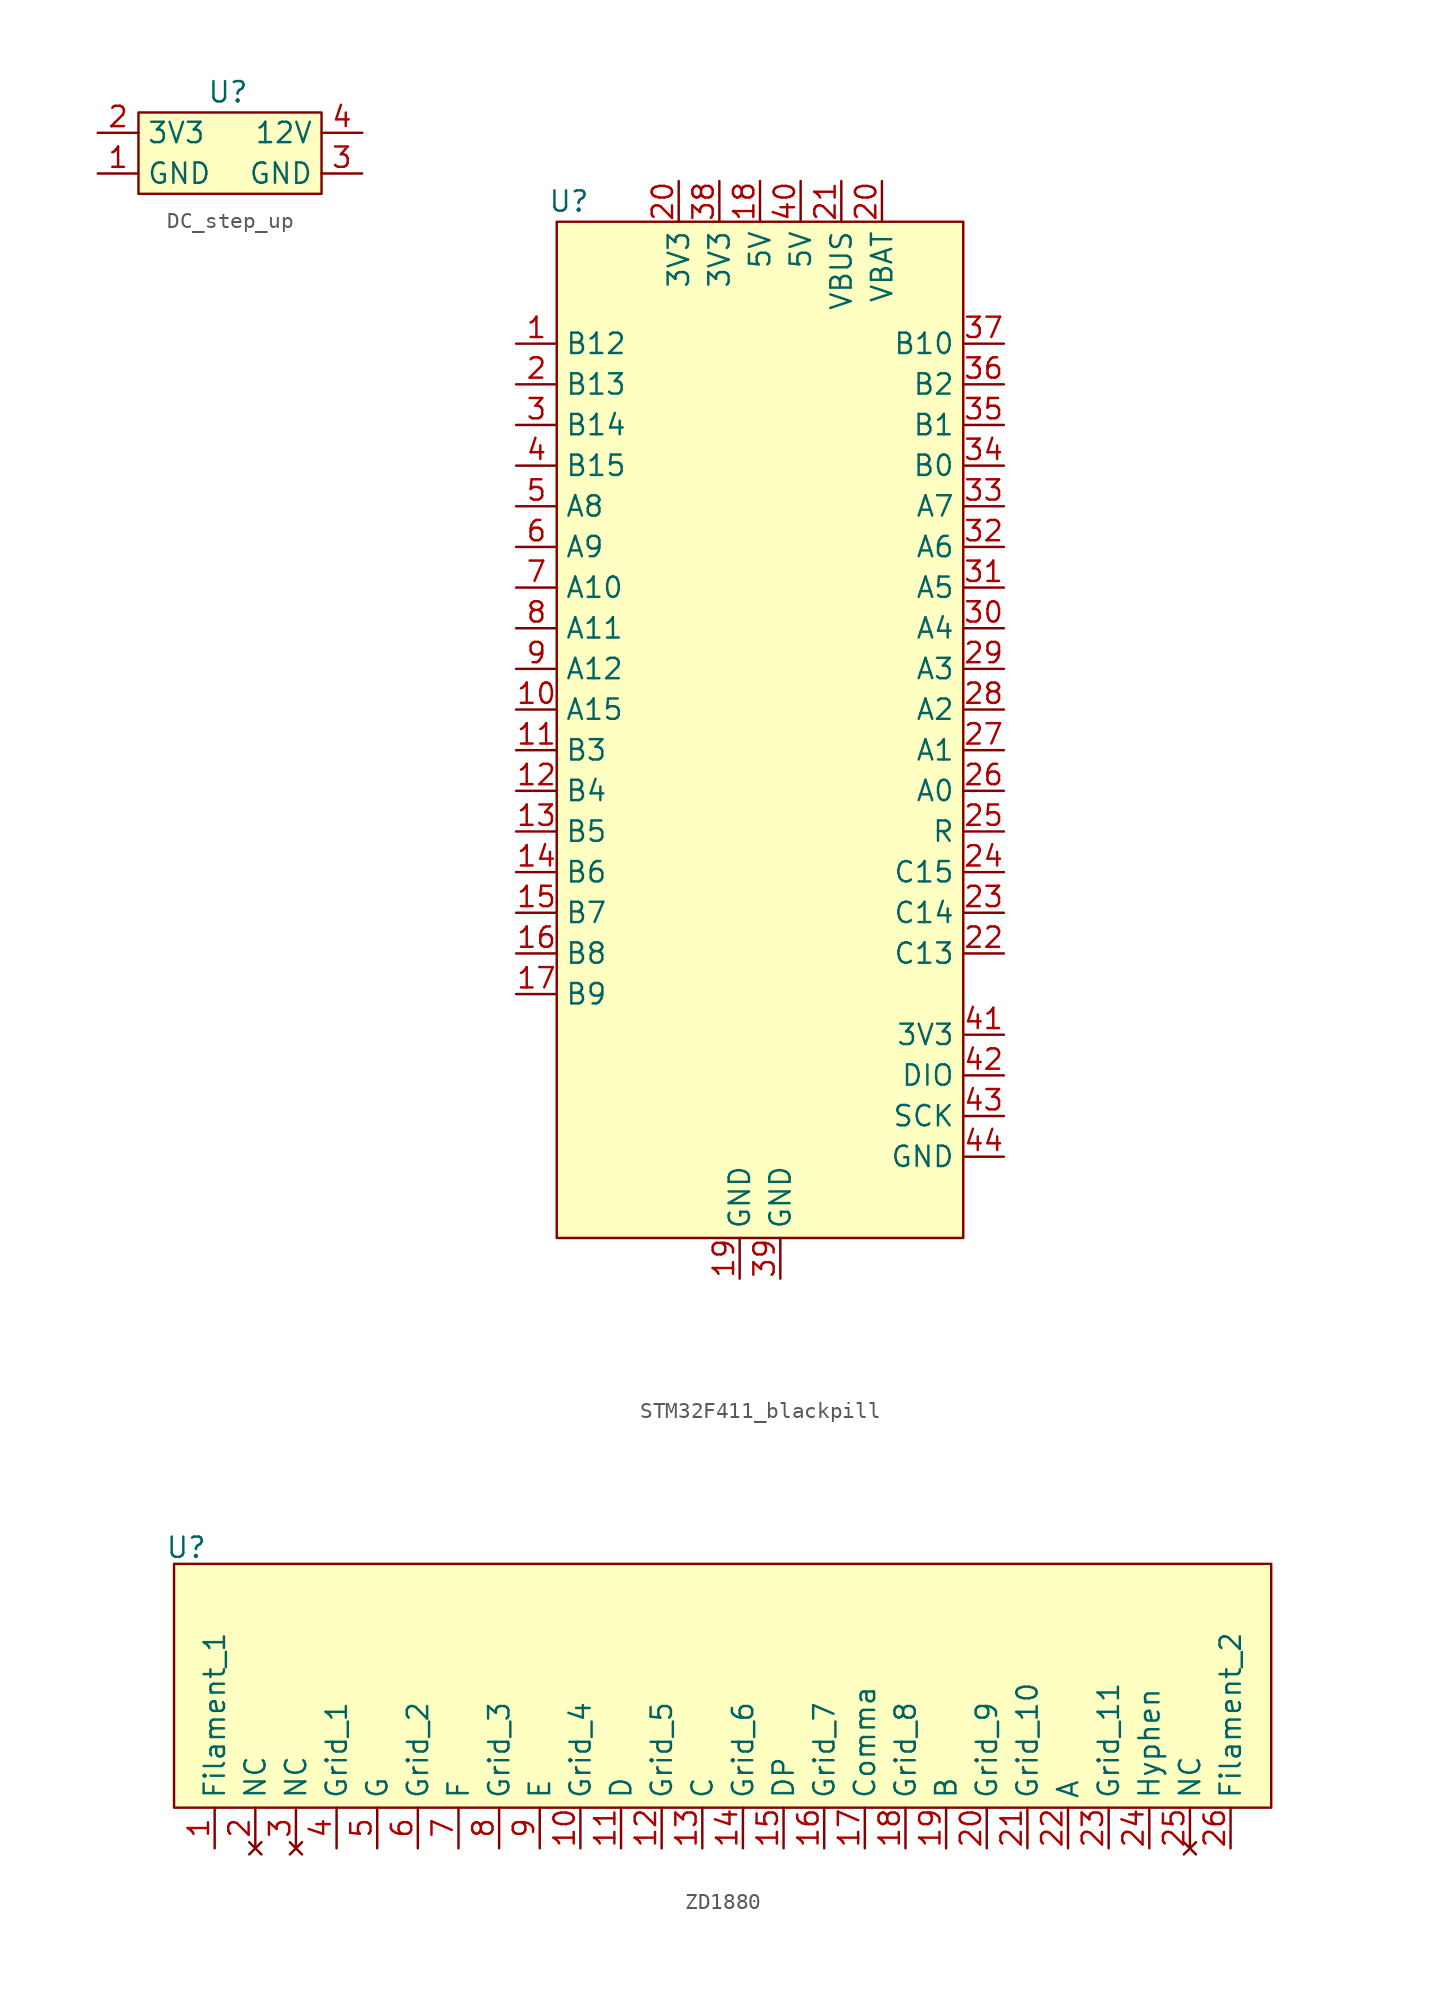
<source format=kicad_sym>
(kicad_symbol_lib
  (version 20231120)
  (generator "kicad_symbol_editor")
  (generator_version "8.0")
  (symbol "DC_step_up"
    (property "Reference" "U"
      (at 5.588 1.27 0)
      (effects (font (size 1.27 1.27))))
    (property "Value" ""
      (at 0 1.27 0)
      (effects (font (size 1.27 1.27))))
    (symbol "DC_step_up_1_1"
      (rectangle (start 0 0) (end 11.43 -5.08) (stroke (width 0) (type default)) (fill (type background)))
      (pin passive line (at -2.54 -3.81 0) (length 2.54) (name "GND" (effects (font (size 1.27 1.27)))) (number "1" (effects (font (size 1.27 1.27)))))
      (pin power_in line (at -2.54 -1.27 0) (length 2.54) (name "3V3" (effects (font (size 1.27 1.27)))) (number "2" (effects (font (size 1.27 1.27)))))
      (pin passive line (at 13.97 -3.81 180) (length 2.54) (name "GND" (effects (font (size 1.27 1.27)))) (number "3" (effects (font (size 1.27 1.27)))))
      (pin power_out line (at 13.97 -1.27 180) (length 2.54) (name "12V" (effects (font (size 1.27 1.27)))) (number "4" (effects (font (size 1.27 1.27)))))))
  (symbol "STM32F411_blackpill"
    (property "Reference" "U"
      (at -6.858 29.21 0)
      (effects (font (size 1.27 1.27))))
    (property "Value" ""
      (at 0 0 0)
      (effects (font (size 1.27 1.27))))
    (symbol "STM32F411_blackpill_1_1"
      (rectangle (start -7.62 27.94) (end 17.78 -35.56) (stroke (width 0) (type default)) (fill (type background)))
      (pin bidirectional line (at -10.16 20.32 0) (length 2.54) (name "B12" (effects (font (size 1.27 1.27)))) (number "1" (effects (font (size 1.27 1.27)))))
      (pin bidirectional line (at -10.16 -2.54 0) (length 2.54) (name "A15" (effects (font (size 1.27 1.27)))) (number "10" (effects (font (size 1.27 1.27)))))
      (pin bidirectional line (at -10.16 -5.08 0) (length 2.54) (name "B3" (effects (font (size 1.27 1.27)))) (number "11" (effects (font (size 1.27 1.27)))))
      (pin bidirectional line (at -10.16 -7.62 0) (length 2.54) (name "B4" (effects (font (size 1.27 1.27)))) (number "12" (effects (font (size 1.27 1.27)))))
      (pin bidirectional line (at -10.16 -10.16 0) (length 2.54) (name "B5" (effects (font (size 1.27 1.27)))) (number "13" (effects (font (size 1.27 1.27)))))
      (pin bidirectional line (at -10.16 -12.7 0) (length 2.54) (name "B6" (effects (font (size 1.27 1.27)))) (number "14" (effects (font (size 1.27 1.27)))))
      (pin bidirectional line (at -10.16 -15.24 0) (length 2.54) (name "B7" (effects (font (size 1.27 1.27)))) (number "15" (effects (font (size 1.27 1.27)))))
      (pin bidirectional line (at -10.16 -17.78 0) (length 2.54) (name "B8" (effects (font (size 1.27 1.27)))) (number "16" (effects (font (size 1.27 1.27)))))
      (pin bidirectional line (at -10.16 -20.32 0) (length 2.54) (name "B9" (effects (font (size 1.27 1.27)))) (number "17" (effects (font (size 1.27 1.27)))))
      (pin power_in line (at 5.08 30.48 270) (length 2.54) (name "5V" (effects (font (size 1.27 1.27)))) (number "18" (effects (font (size 1.27 1.27)))))
      (pin power_in line (at 3.81 -38.1 90) (length 2.54) (name "GND" (effects (font (size 1.27 1.27)))) (number "19" (effects (font (size 1.27 1.27)))))
      (pin bidirectional line (at -10.16 17.78 0) (length 2.54) (name "B13" (effects (font (size 1.27 1.27)))) (number "2" (effects (font (size 1.27 1.27)))))
      (pin power_in line (at 0 30.48 270) (length 2.54) (name "3V3" (effects (font (size 1.27 1.27)))) (number "20" (effects (font (size 1.27 1.27)))))
      (pin power_in line (at 12.7 30.48 270) (length 2.54) (name "VBAT" (effects (font (size 1.27 1.27)))) (number "20" (effects (font (size 1.27 1.27)))))
      (pin power_in line (at 10.16 30.48 270) (length 2.54) (name "VBUS" (effects (font (size 1.27 1.27)))) (number "21" (effects (font (size 1.27 1.27)))))
      (pin bidirectional line (at 20.32 -17.78 180) (length 2.54) (name "C13" (effects (font (size 1.27 1.27)))) (number "22" (effects (font (size 1.27 1.27)))))
      (pin bidirectional line (at 20.32 -15.24 180) (length 2.54) (name "C14" (effects (font (size 1.27 1.27)))) (number "23" (effects (font (size 1.27 1.27)))))
      (pin bidirectional line (at 20.32 -12.7 180) (length 2.54) (name "C15" (effects (font (size 1.27 1.27)))) (number "24" (effects (font (size 1.27 1.27)))))
      (pin bidirectional line (at 20.32 -10.16 180) (length 2.54) (name "R" (effects (font (size 1.27 1.27)))) (number "25" (effects (font (size 1.27 1.27)))))
      (pin bidirectional line (at 20.32 -7.62 180) (length 2.54) (name "A0" (effects (font (size 1.27 1.27)))) (number "26" (effects (font (size 1.27 1.27)))))
      (pin bidirectional line (at 20.32 -5.08 180) (length 2.54) (name "A1" (effects (font (size 1.27 1.27)))) (number "27" (effects (font (size 1.27 1.27)))))
      (pin bidirectional line (at 20.32 -2.54 180) (length 2.54) (name "A2" (effects (font (size 1.27 1.27)))) (number "28" (effects (font (size 1.27 1.27)))))
      (pin bidirectional line (at 20.32 0 180) (length 2.54) (name "A3" (effects (font (size 1.27 1.27)))) (number "29" (effects (font (size 1.27 1.27)))))
      (pin bidirectional line (at -10.16 15.24 0) (length 2.54) (name "B14" (effects (font (size 1.27 1.27)))) (number "3" (effects (font (size 1.27 1.27)))))
      (pin bidirectional line (at 20.32 2.54 180) (length 2.54) (name "A4" (effects (font (size 1.27 1.27)))) (number "30" (effects (font (size 1.27 1.27)))))
      (pin bidirectional line (at 20.32 5.08 180) (length 2.54) (name "A5" (effects (font (size 1.27 1.27)))) (number "31" (effects (font (size 1.27 1.27)))))
      (pin bidirectional line (at 20.32 7.62 180) (length 2.54) (name "A6" (effects (font (size 1.27 1.27)))) (number "32" (effects (font (size 1.27 1.27)))))
      (pin bidirectional line (at 20.32 10.16 180) (length 2.54) (name "A7" (effects (font (size 1.27 1.27)))) (number "33" (effects (font (size 1.27 1.27)))))
      (pin bidirectional line (at 20.32 12.7 180) (length 2.54) (name "B0" (effects (font (size 1.27 1.27)))) (number "34" (effects (font (size 1.27 1.27)))))
      (pin bidirectional line (at 20.32 15.24 180) (length 2.54) (name "B1" (effects (font (size 1.27 1.27)))) (number "35" (effects (font (size 1.27 1.27)))))
      (pin bidirectional line (at 20.32 17.78 180) (length 2.54) (name "B2" (effects (font (size 1.27 1.27)))) (number "36" (effects (font (size 1.27 1.27)))))
      (pin bidirectional line (at 20.32 20.32 180) (length 2.54) (name "B10" (effects (font (size 1.27 1.27)))) (number "37" (effects (font (size 1.27 1.27)))))
      (pin power_in line (at 2.54 30.48 270) (length 2.54) (name "3V3" (effects (font (size 1.27 1.27)))) (number "38" (effects (font (size 1.27 1.27)))))
      (pin power_in line (at 6.35 -38.1 90) (length 2.54) (name "GND" (effects (font (size 1.27 1.27)))) (number "39" (effects (font (size 1.27 1.27)))))
      (pin bidirectional line (at -10.16 12.7 0) (length 2.54) (name "B15" (effects (font (size 1.27 1.27)))) (number "4" (effects (font (size 1.27 1.27)))))
      (pin power_in line (at 7.62 30.48 270) (length 2.54) (name "5V" (effects (font (size 1.27 1.27)))) (number "40" (effects (font (size 1.27 1.27)))))
      (pin power_in line (at 20.32 -22.86 180) (length 2.54) (name "3V3" (effects (font (size 1.27 1.27)))) (number "41" (effects (font (size 1.27 1.27)))))
      (pin input line (at 20.32 -25.4 180) (length 2.54) (name "DIO" (effects (font (size 1.27 1.27)))) (number "42" (effects (font (size 1.27 1.27)))))
      (pin input line (at 20.32 -27.94 180) (length 2.54) (name "SCK" (effects (font (size 1.27 1.27)))) (number "43" (effects (font (size 1.27 1.27)))))
      (pin power_in line (at 20.32 -30.48 180) (length 2.54) (name "GND" (effects (font (size 1.27 1.27)))) (number "44" (effects (font (size 1.27 1.27)))))
      (pin bidirectional line (at -10.16 10.16 0) (length 2.54) (name "A8" (effects (font (size 1.27 1.27)))) (number "5" (effects (font (size 1.27 1.27)))))
      (pin bidirectional line (at -10.16 7.62 0) (length 2.54) (name "A9" (effects (font (size 1.27 1.27)))) (number "6" (effects (font (size 1.27 1.27)))))
      (pin bidirectional line (at -10.16 5.08 0) (length 2.54) (name "A10" (effects (font (size 1.27 1.27)))) (number "7" (effects (font (size 1.27 1.27)))))
      (pin bidirectional line (at -10.16 2.54 0) (length 2.54) (name "A11" (effects (font (size 1.27 1.27)))) (number "8" (effects (font (size 1.27 1.27)))))
      (pin bidirectional line (at -10.16 0 0) (length 2.54) (name "A12" (effects (font (size 1.27 1.27)))) (number "9" (effects (font (size 1.27 1.27)))))))
  (symbol "ZD1880"
    (property "Reference" "U"
      (at -34.798 8.636 0)
      (effects (font (size 1.27 1.27))))
    (property "Value" ""
      (at -30.48 0 0)
      (effects (font (size 1.27 1.27))))
    (symbol "ZD1880_1_1"
      (rectangle (start -35.56 7.62) (end 33.02 -7.62) (stroke (width 0) (type default)) (fill (type background)))
      (pin bidirectional line (at -33.02 -10.16 90) (length 2.54) (name "Filament_1" (effects (font (size 1.27 1.27)))) (number "1" (effects (font (size 1.27 1.27)))))
      (pin passive line (at -10.16 -10.16 90) (length 2.54) (name "Grid_4" (effects (font (size 1.27 1.27)))) (number "10" (effects (font (size 1.27 1.27)))))
      (pin passive line (at -7.62 -10.16 90) (length 2.54) (name "D" (effects (font (size 1.27 1.27)))) (number "11" (effects (font (size 1.27 1.27)))))
      (pin passive line (at -5.08 -10.16 90) (length 2.54) (name "Grid_5" (effects (font (size 1.27 1.27)))) (number "12" (effects (font (size 1.27 1.27)))))
      (pin passive line (at -2.54 -10.16 90) (length 2.54) (name "C" (effects (font (size 1.27 1.27)))) (number "13" (effects (font (size 1.27 1.27)))))
      (pin passive line (at 0 -10.16 90) (length 2.54) (name "Grid_6" (effects (font (size 1.27 1.27)))) (number "14" (effects (font (size 1.27 1.27)))))
      (pin passive line (at 2.54 -10.16 90) (length 2.54) (name "DP" (effects (font (size 1.27 1.27)))) (number "15" (effects (font (size 1.27 1.27)))))
      (pin passive line (at 5.08 -10.16 90) (length 2.54) (name "Grid_7" (effects (font (size 1.27 1.27)))) (number "16" (effects (font (size 1.27 1.27)))))
      (pin passive line (at 7.62 -10.16 90) (length 2.54) (name "Comma" (effects (font (size 1.27 1.27)))) (number "17" (effects (font (size 1.27 1.27)))))
      (pin passive line (at 10.16 -10.16 90) (length 2.54) (name "Grid_8" (effects (font (size 1.27 1.27)))) (number "18" (effects (font (size 1.27 1.27)))))
      (pin passive line (at 12.7 -10.16 90) (length 2.54) (name "B" (effects (font (size 1.27 1.27)))) (number "19" (effects (font (size 1.27 1.27)))))
      (pin no_connect line (at -30.48 -10.16 90) (length 2.54) (name "NC" (effects (font (size 1.27 1.27)))) (number "2" (effects (font (size 1.27 1.27)))))
      (pin passive line (at 15.24 -10.16 90) (length 2.54) (name "Grid_9" (effects (font (size 1.27 1.27)))) (number "20" (effects (font (size 1.27 1.27)))))
      (pin passive line (at 17.78 -10.16 90) (length 2.54) (name "Grid_10" (effects (font (size 1.27 1.27)))) (number "21" (effects (font (size 1.27 1.27)))))
      (pin passive line (at 20.32 -10.16 90) (length 2.54) (name "A" (effects (font (size 1.27 1.27)))) (number "22" (effects (font (size 1.27 1.27)))))
      (pin passive line (at 22.86 -10.16 90) (length 2.54) (name "Grid_11" (effects (font (size 1.27 1.27)))) (number "23" (effects (font (size 1.27 1.27)))))
      (pin passive line (at 25.4 -10.16 90) (length 2.54) (name "Hyphen" (effects (font (size 1.27 1.27)))) (number "24" (effects (font (size 1.27 1.27)))))
      (pin no_connect line (at 27.94 -10.16 90) (length 2.54) (name "NC" (effects (font (size 1.27 1.27)))) (number "25" (effects (font (size 1.27 1.27)))))
      (pin bidirectional line (at 30.48 -10.16 90) (length 2.54) (name "Filament_2" (effects (font (size 1.27 1.27)))) (number "26" (effects (font (size 1.27 1.27)))))
      (pin no_connect line (at -27.94 -10.16 90) (length 2.54) (name "NC" (effects (font (size 1.27 1.27)))) (number "3" (effects (font (size 1.27 1.27)))))
      (pin passive line (at -25.4 -10.16 90) (length 2.54) (name "Grid_1" (effects (font (size 1.27 1.27)))) (number "4" (effects (font (size 1.27 1.27)))))
      (pin passive line (at -22.86 -10.16 90) (length 2.54) (name "G" (effects (font (size 1.27 1.27)))) (number "5" (effects (font (size 1.27 1.27)))))
      (pin passive line (at -20.32 -10.16 90) (length 2.54) (name "Grid_2" (effects (font (size 1.27 1.27)))) (number "6" (effects (font (size 1.27 1.27)))))
      (pin passive line (at -17.78 -10.16 90) (length 2.54) (name "F" (effects (font (size 1.27 1.27)))) (number "7" (effects (font (size 1.27 1.27)))))
      (pin passive line (at -15.24 -10.16 90) (length 2.54) (name "Grid_3" (effects (font (size 1.27 1.27)))) (number "8" (effects (font (size 1.27 1.27)))))
      (pin passive line (at -12.7 -10.16 90) (length 2.54) (name "E" (effects (font (size 1.27 1.27)))) (number "9" (effects (font (size 1.27 1.27))))))))
</source>
